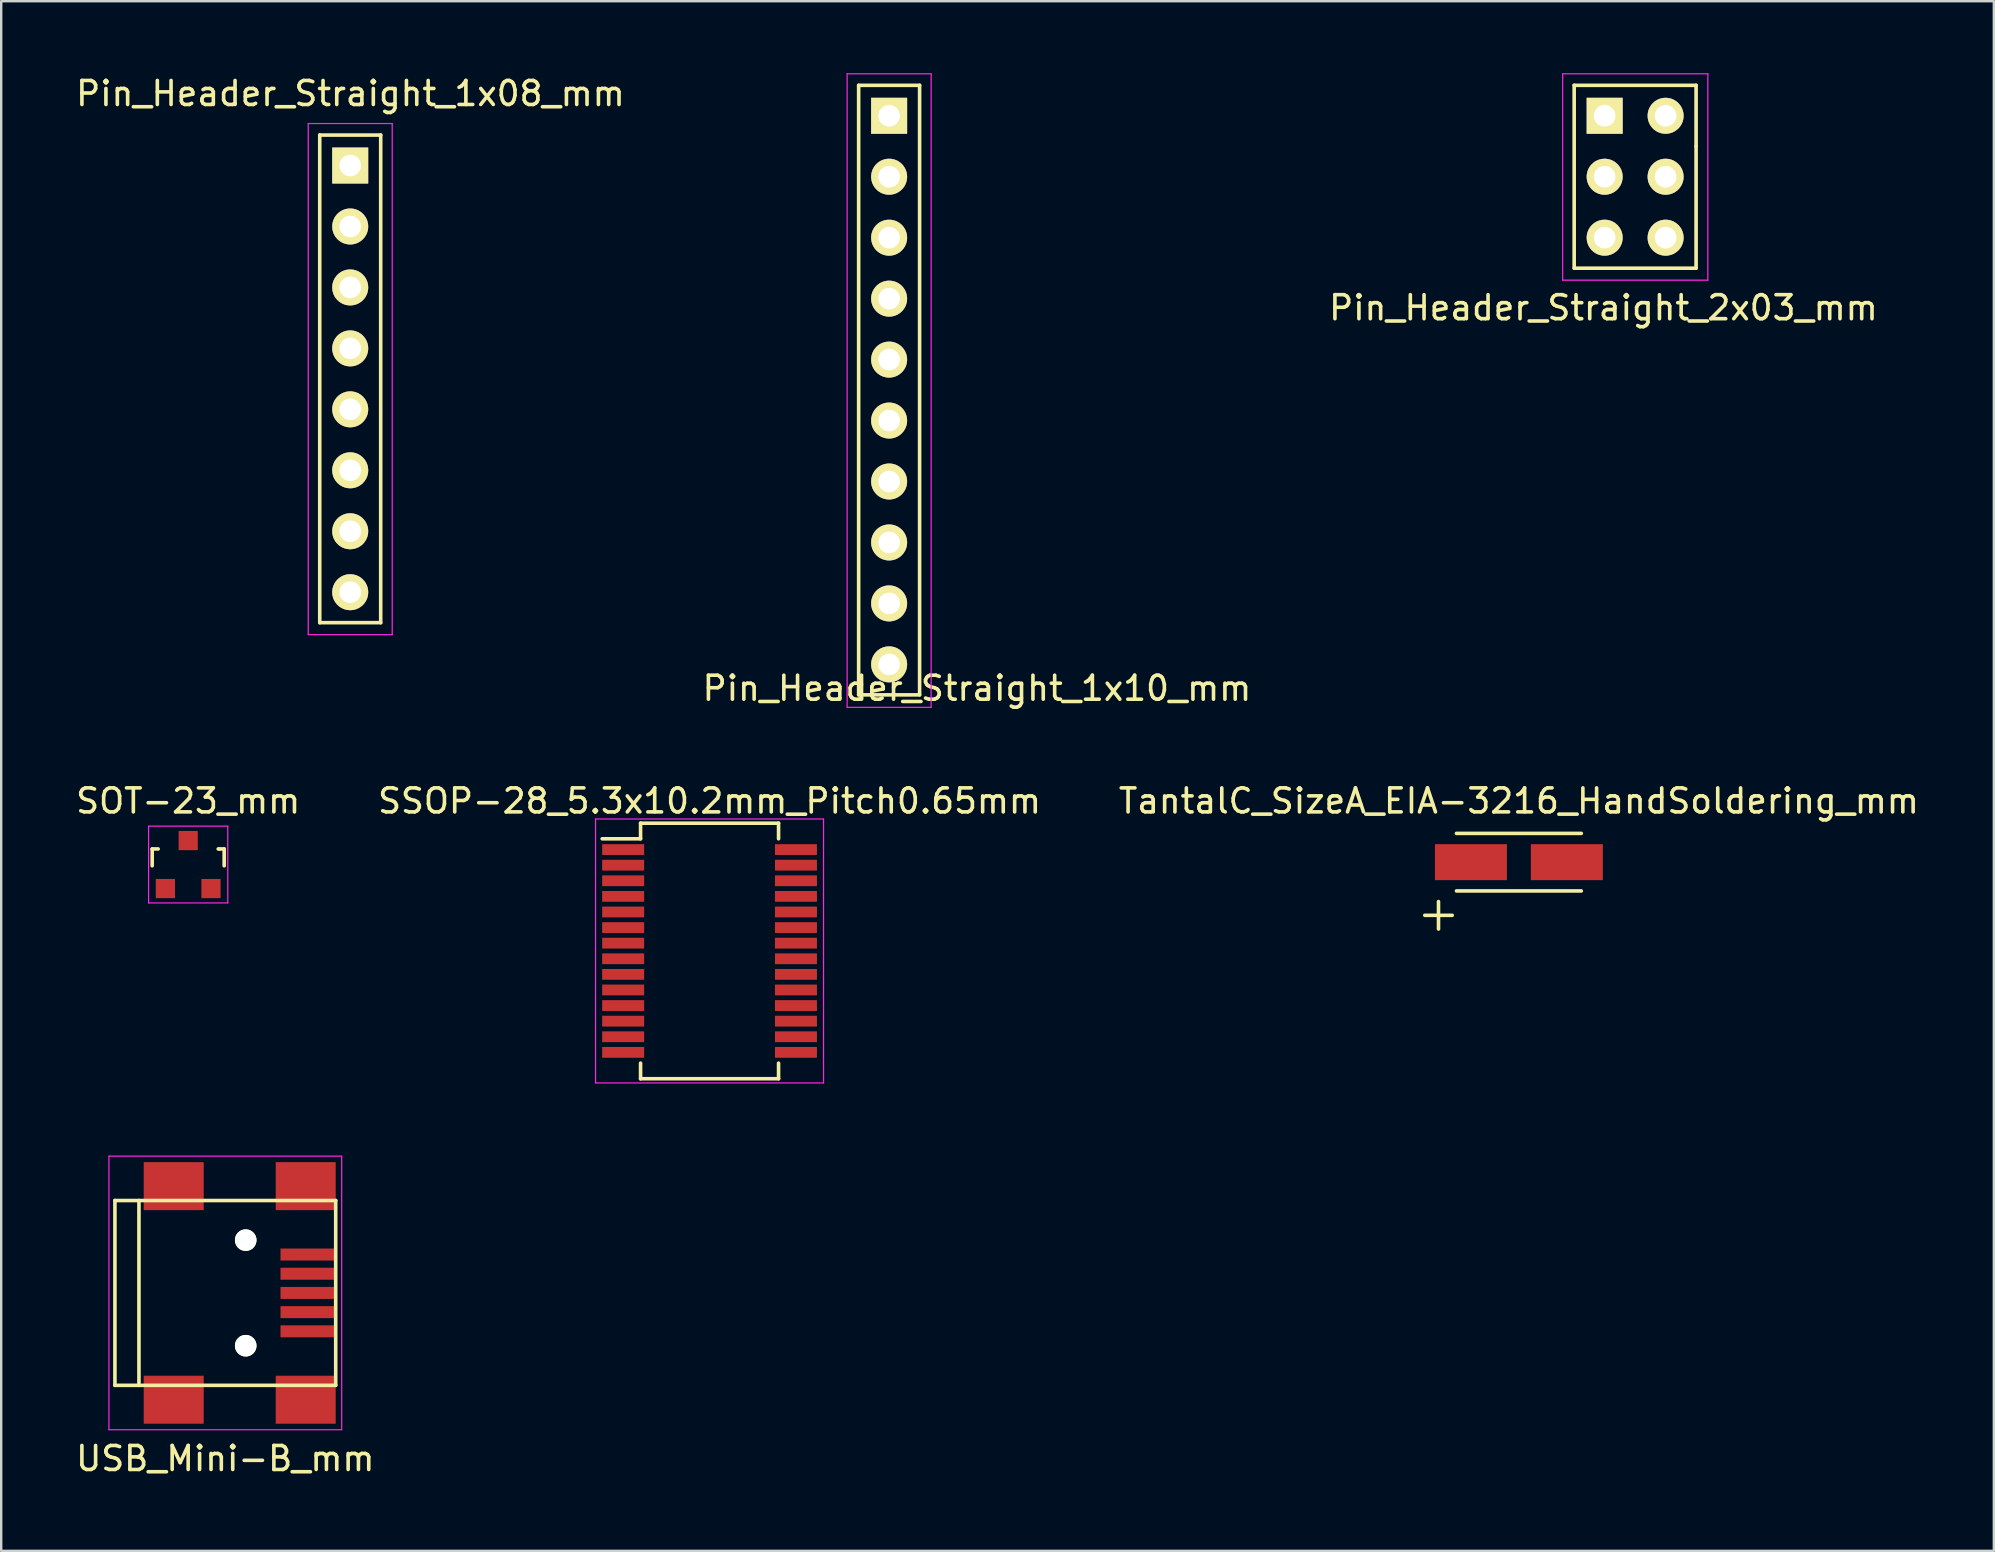
<source format=kicad_pcb>
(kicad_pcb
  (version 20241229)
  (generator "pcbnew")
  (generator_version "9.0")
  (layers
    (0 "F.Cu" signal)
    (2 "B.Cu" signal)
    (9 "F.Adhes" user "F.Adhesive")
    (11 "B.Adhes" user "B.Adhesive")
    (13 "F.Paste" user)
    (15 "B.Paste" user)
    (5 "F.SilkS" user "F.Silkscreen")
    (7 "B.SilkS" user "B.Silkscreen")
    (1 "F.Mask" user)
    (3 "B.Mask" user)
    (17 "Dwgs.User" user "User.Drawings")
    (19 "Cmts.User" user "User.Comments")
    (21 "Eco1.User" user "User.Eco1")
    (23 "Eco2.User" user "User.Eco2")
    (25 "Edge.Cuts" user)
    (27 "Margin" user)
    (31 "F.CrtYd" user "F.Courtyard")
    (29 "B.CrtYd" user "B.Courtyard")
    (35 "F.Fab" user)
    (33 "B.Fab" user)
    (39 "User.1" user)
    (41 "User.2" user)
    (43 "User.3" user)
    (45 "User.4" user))
  (footprint "USB_Mini-B_mm"
    (layer "F.Cu")
    (at 6.339 50.828)
    (property "Reference" "USB_Mini-B_mm" (at 0 6.901 0) (layer "F.SilkS") (effects (font (size 1 1) (thickness 0.15))))
    (attr smd)
    (fp_line (start -4.6 -3.851) (end -4.6 3.851) (stroke (width 0.15) (type solid)) (layer "F.SilkS"))
    (fp_line (start -4.6 3.851) (end 4.6 3.851) (stroke (width 0.15) (type solid)) (layer "F.SilkS"))
    (fp_line (start -3.599 -3.851) (end -3.599 3.851) (stroke (width 0.15) (type solid)) (layer "F.SilkS"))
    (fp_line (start 4.6 -3.851) (end -4.6 -3.851) (stroke (width 0.15) (type solid)) (layer "F.SilkS"))
    (fp_line (start 4.6 3.851) (end 4.6 -3.851) (stroke (width 0.15) (type solid)) (layer "F.SilkS"))
    (fp_line (start -4.85 -5.7) (end 4.85 -5.7) (stroke (width 0.05) (type solid)) (layer "F.CrtYd"))
    (fp_line (start -4.85 5.7) (end -4.85 -5.7) (stroke (width 0.05) (type solid)) (layer "F.CrtYd"))
    (fp_line (start 4.85 -5.7) (end 4.85 5.7) (stroke (width 0.05) (type solid)) (layer "F.CrtYd"))
    (fp_line (start 4.85 5.7) (end -4.85 5.7) (stroke (width 0.05) (type solid)) (layer "F.CrtYd"))
    (pad "" np_thru_hole circle (at 0.85 -2.2) (size 0.9 0.9) (drill 0.9) (layers "*.Cu" "*.Mask" "F.SilkS"))
    (pad "" np_thru_hole circle (at 0.85 2.2) (size 0.9 0.9) (drill 0.9) (layers "*.Cu" "*.Mask" "F.SilkS"))
    (pad "1" smd rect (at 3.45 -1.6) (size 2.3 0.5) (layers "F.Cu" "F.Mask" "F.Paste"))
    (pad "2" smd rect (at 3.45 -0.8) (size 2.3 0.5) (layers "F.Cu" "F.Mask" "F.Paste"))
    (pad "3" smd rect (at 3.45 0) (size 2.3 0.5) (layers "F.Cu" "F.Mask" "F.Paste"))
    (pad "4" smd rect (at 3.45 0.8) (size 2.3 0.5) (layers "F.Cu" "F.Mask" "F.Paste"))
    (pad "5" smd rect (at 3.45 1.6) (size 2.3 0.5) (layers "F.Cu" "F.Mask" "F.Paste"))
    (pad "6" smd rect (at -2.15 -4.45) (size 2.5 2) (layers "F.Cu" "F.Mask" "F.Paste"))
    (pad "6" smd rect (at -2.15 4.45) (size 2.5 2) (layers "F.Cu" "F.Mask" "F.Paste"))
    (pad "6" smd rect (at 3.35 -4.45) (size 2.5 2) (layers "F.Cu" "F.Mask" "F.Paste"))
    (pad "6" smd rect (at 3.35 4.45) (size 2.5 2) (layers "F.Cu" "F.Mask" "F.Paste")))
  (footprint "TantalC_SizeA_EIA-3216_HandSoldering_mm"
    (layer "F.Cu")
    (at 60.244 32.877)
    (property "Reference" "TantalC_SizeA_EIA-3216_HandSoldering_mm" (at 0 -2.55 0) (layer "F.SilkS") (effects (font (size 1 1) (thickness 0.15))))
    (attr smd)
    (fp_line (start -2.601 1.199) (end 2.601 1.199) (stroke (width 0.15) (type solid)) (layer "F.SilkS"))
    (fp_line (start 2.601 -1.199) (end -2.601 -1.199) (stroke (width 0.15) (type solid)) (layer "F.SilkS"))
    (fp_text user "+" (at -3.35 2.1 0) (layer "F.SilkS") (effects (font (size 1.5 1.5) (thickness 0.15))))
    (pad "1" smd rect (at -1.999 0) (size 3 1.5) (layers "F.Cu" "F.Mask" "F.Paste"))
    (pad "2" smd rect (at 1.999 0) (size 3 1.5) (layers "F.Cu" "F.Mask" "F.Paste")))
  (footprint "Pin_Header_Straight_1x10_mm"
    (layer "F.Cu")
    (at 34.001 1.775)
    (property "Reference" "Pin_Header_Straight_1x10_mm" (at 3.66 23.856 0) (layer "F.SilkS") (effects (font (size 1 1) (thickness 0.15))))
    (attr through_hole)
    (fp_line (start -1.27 24.13) (end -1.27 -1.27) (stroke (width 0.15) (type solid)) (layer "F.SilkS"))
    (fp_line (start 1.27 -1.27) (end -1.27 -1.27) (stroke (width 0.15) (type solid)) (layer "F.SilkS"))
    (fp_line (start 1.27 -1.27) (end 1.27 24.13) (stroke (width 0.15) (type solid)) (layer "F.SilkS"))
    (fp_line (start 1.27 24.13) (end -1.27 24.13) (stroke (width 0.15) (type solid)) (layer "F.SilkS"))
    (fp_line (start -1.75 -1.75) (end -1.75 24.65) (stroke (width 0.05) (type solid)) (layer "F.CrtYd"))
    (fp_line (start -1.75 -1.75) (end 1.75 -1.75) (stroke (width 0.05) (type solid)) (layer "F.CrtYd"))
    (fp_line (start -1.75 24.65) (end 1.75 24.65) (stroke (width 0.05) (type solid)) (layer "F.CrtYd"))
    (fp_line (start 1.75 -1.75) (end 1.75 24.65) (stroke (width 0.05) (type solid)) (layer "F.CrtYd"))
    (pad "1" thru_hole rect (at 0 0) (size 1.5 1.5) (drill 0.9) (layers "*.Cu" "*.Mask" "F.SilkS"))
    (pad "2" thru_hole circle (at 0 2.54) (size 1.5 1.5) (drill 0.9) (layers "*.Cu" "*.Mask" "F.SilkS"))
    (pad "3" thru_hole circle (at 0 5.08) (size 1.5 1.5) (drill 0.9) (layers "*.Cu" "*.Mask" "F.SilkS"))
    (pad "4" thru_hole circle (at 0 7.62) (size 1.5 1.5) (drill 0.9) (layers "*.Cu" "*.Mask" "F.SilkS"))
    (pad "5" thru_hole circle (at 0 10.16) (size 1.5 1.5) (drill 0.9) (layers "*.Cu" "*.Mask" "F.SilkS"))
    (pad "6" thru_hole circle (at 0 12.7) (size 1.5 1.5) (drill 0.9) (layers "*.Cu" "*.Mask" "F.SilkS"))
    (pad "7" thru_hole circle (at 0 15.24) (size 1.5 1.5) (drill 0.9) (layers "*.Cu" "*.Mask" "F.SilkS"))
    (pad "8" thru_hole circle (at 0 17.78) (size 1.5 1.5) (drill 0.9) (layers "*.Cu" "*.Mask" "F.SilkS"))
    (pad "9" thru_hole circle (at 0 20.32) (size 1.5 1.5) (drill 0.9) (layers "*.Cu" "*.Mask" "F.SilkS"))
    (pad "10" thru_hole circle (at 0 22.86) (size 1.5 1.5) (drill 0.9) (layers "*.Cu" "*.Mask" "F.SilkS")))
  (footprint "SSOP-28_5.3x10.2mm_Pitch0.65mm"
    (layer "F.Cu")
    (at 26.518 36.578)
    (property "Reference" "SSOP-28_5.3x10.2mm_Pitch0.65mm" (at 0 -6.25 0) (layer "F.SilkS") (effects (font (size 1 1) (thickness 0.15))))
    (attr smd)
    (fp_line (start -2.875 -5.325) (end -2.875 -4.675) (stroke (width 0.15) (type solid)) (layer "F.SilkS"))
    (fp_line (start -2.875 -5.325) (end 2.875 -5.325) (stroke (width 0.15) (type solid)) (layer "F.SilkS"))
    (fp_line (start -2.875 -4.675) (end -4.475 -4.675) (stroke (width 0.15) (type solid)) (layer "F.SilkS"))
    (fp_line (start -2.875 5.325) (end -2.875 4.675) (stroke (width 0.15) (type solid)) (layer "F.SilkS"))
    (fp_line (start -2.875 5.325) (end 2.875 5.325) (stroke (width 0.15) (type solid)) (layer "F.SilkS"))
    (fp_line (start 2.875 -5.325) (end 2.875 -4.675) (stroke (width 0.15) (type solid)) (layer "F.SilkS"))
    (fp_line (start 2.875 5.325) (end 2.875 4.675) (stroke (width 0.15) (type solid)) (layer "F.SilkS"))
    (fp_line (start -4.75 -5.5) (end -4.75 5.5) (stroke (width 0.05) (type solid)) (layer "F.CrtYd"))
    (fp_line (start -4.75 -5.5) (end 4.75 -5.5) (stroke (width 0.05) (type solid)) (layer "F.CrtYd"))
    (fp_line (start -4.75 5.5) (end 4.75 5.5) (stroke (width 0.05) (type solid)) (layer "F.CrtYd"))
    (fp_line (start 4.75 -5.5) (end 4.75 5.5) (stroke (width 0.05) (type solid)) (layer "F.CrtYd"))
    (pad "1" smd rect (at -3.6 -4.225) (size 1.75 0.45) (layers "F.Cu" "F.Mask" "F.Paste"))
    (pad "2" smd rect (at -3.6 -3.575) (size 1.75 0.45) (layers "F.Cu" "F.Mask" "F.Paste"))
    (pad "3" smd rect (at -3.6 -2.925) (size 1.75 0.45) (layers "F.Cu" "F.Mask" "F.Paste"))
    (pad "4" smd rect (at -3.6 -2.275) (size 1.75 0.45) (layers "F.Cu" "F.Mask" "F.Paste"))
    (pad "5" smd rect (at -3.6 -1.625) (size 1.75 0.45) (layers "F.Cu" "F.Mask" "F.Paste"))
    (pad "6" smd rect (at -3.6 -0.975) (size 1.75 0.45) (layers "F.Cu" "F.Mask" "F.Paste"))
    (pad "7" smd rect (at -3.6 -0.325) (size 1.75 0.45) (layers "F.Cu" "F.Mask" "F.Paste"))
    (pad "8" smd rect (at -3.6 0.325) (size 1.75 0.45) (layers "F.Cu" "F.Mask" "F.Paste"))
    (pad "9" smd rect (at -3.6 0.975) (size 1.75 0.45) (layers "F.Cu" "F.Mask" "F.Paste"))
    (pad "10" smd rect (at -3.6 1.625) (size 1.75 0.45) (layers "F.Cu" "F.Mask" "F.Paste"))
    (pad "11" smd rect (at -3.6 2.275) (size 1.75 0.45) (layers "F.Cu" "F.Mask" "F.Paste"))
    (pad "12" smd rect (at -3.6 2.925) (size 1.75 0.45) (layers "F.Cu" "F.Mask" "F.Paste"))
    (pad "13" smd rect (at -3.6 3.575) (size 1.75 0.45) (layers "F.Cu" "F.Mask" "F.Paste"))
    (pad "14" smd rect (at -3.6 4.225) (size 1.75 0.45) (layers "F.Cu" "F.Mask" "F.Paste"))
    (pad "15" smd rect (at 3.6 4.225) (size 1.75 0.45) (layers "F.Cu" "F.Mask" "F.Paste"))
    (pad "16" smd rect (at 3.6 3.575) (size 1.75 0.45) (layers "F.Cu" "F.Mask" "F.Paste"))
    (pad "17" smd rect (at 3.6 2.925) (size 1.75 0.45) (layers "F.Cu" "F.Mask" "F.Paste"))
    (pad "18" smd rect (at 3.6 2.275) (size 1.75 0.45) (layers "F.Cu" "F.Mask" "F.Paste"))
    (pad "19" smd rect (at 3.6 1.625) (size 1.75 0.45) (layers "F.Cu" "F.Mask" "F.Paste"))
    (pad "20" smd rect (at 3.6 0.975) (size 1.75 0.45) (layers "F.Cu" "F.Mask" "F.Paste"))
    (pad "21" smd rect (at 3.6 0.325) (size 1.75 0.45) (layers "F.Cu" "F.Mask" "F.Paste"))
    (pad "22" smd rect (at 3.6 -0.325) (size 1.75 0.45) (layers "F.Cu" "F.Mask" "F.Paste"))
    (pad "23" smd rect (at 3.6 -0.975) (size 1.75 0.45) (layers "F.Cu" "F.Mask" "F.Paste"))
    (pad "24" smd rect (at 3.6 -1.625) (size 1.75 0.45) (layers "F.Cu" "F.Mask" "F.Paste"))
    (pad "25" smd rect (at 3.6 -2.275) (size 1.75 0.45) (layers "F.Cu" "F.Mask" "F.Paste"))
    (pad "26" smd rect (at 3.6 -2.925) (size 1.75 0.45) (layers "F.Cu" "F.Mask" "F.Paste"))
    (pad "27" smd rect (at 3.6 -3.575) (size 1.75 0.45) (layers "F.Cu" "F.Mask" "F.Paste"))
    (pad "28" smd rect (at 3.6 -4.225) (size 1.75 0.45) (layers "F.Cu" "F.Mask" "F.Paste")))
  (footprint "SOT-23_mm"
    (layer "F.Cu")
    (at 4.792 32.977)
    (property "Reference" "SOT-23_mm" (at 0 -2.65 0) (layer "F.SilkS") (effects (font (size 1 1) (thickness 0.15))))
    (attr smd)
    (fp_line (start -1.5 -0.65) (end -1.251 -0.65) (stroke (width 0.15) (type solid)) (layer "F.SilkS"))
    (fp_line (start -1.5 0.051) (end -1.5 -0.65) (stroke (width 0.15) (type solid)) (layer "F.SilkS"))
    (fp_line (start 1.299 -0.65) (end 1.251 -0.65) (stroke (width 0.15) (type solid)) (layer "F.SilkS"))
    (fp_line (start 1.299 -0.65) (end 1.5 -0.65) (stroke (width 0.15) (type solid)) (layer "F.SilkS"))
    (fp_line (start 1.5 -0.65) (end 1.5 0.051) (stroke (width 0.15) (type solid)) (layer "F.SilkS"))
    (fp_line (start -1.65 -1.6) (end 1.65 -1.6) (stroke (width 0.05) (type solid)) (layer "F.CrtYd"))
    (fp_line (start -1.65 1.6) (end -1.65 -1.6) (stroke (width 0.05) (type solid)) (layer "F.CrtYd"))
    (fp_line (start 1.65 -1.6) (end 1.65 1.6) (stroke (width 0.05) (type solid)) (layer "F.CrtYd"))
    (fp_line (start 1.65 1.6) (end -1.65 1.6) (stroke (width 0.05) (type solid)) (layer "F.CrtYd"))
    (pad "1" smd rect (at -0.95 1) (size 0.8 0.8) (layers "F.Cu" "F.Mask" "F.Paste"))
    (pad "2" smd rect (at 0.95 1) (size 0.8 0.8) (layers "F.Cu" "F.Mask" "F.Paste"))
    (pad "3" smd rect (at 0 -1) (size 0.8 0.8) (layers "F.Cu" "F.Mask" "F.Paste")))
  (footprint "Pin_Header_Straight_2x03_mm"
    (layer "F.Cu")
    (at 63.818 1.775)
    (property "Reference" "Pin_Header_Straight_2x03_mm" (at -0.05 8 0) (layer "F.SilkS") (effects (font (size 1 1) (thickness 0.15))))
    (attr through_hole)
    (fp_line (start -1.27 -1.27) (end -1.27 6.35) (stroke (width 0.15) (type solid)) (layer "F.SilkS"))
    (fp_line (start -1.27 6.35) (end 3.81 6.35) (stroke (width 0.15) (type solid)) (layer "F.SilkS"))
    (fp_line (start 3.81 -1.27) (end -1.27 -1.27) (stroke (width 0.15) (type solid)) (layer "F.SilkS"))
    (fp_line (start 3.81 1.27) (end 3.81 -1.27) (stroke (width 0.15) (type solid)) (layer "F.SilkS"))
    (fp_line (start 3.81 6.35) (end 3.81 1.27) (stroke (width 0.15) (type solid)) (layer "F.SilkS"))
    (fp_line (start -1.75 -1.75) (end -1.75 6.85) (stroke (width 0.05) (type solid)) (layer "F.CrtYd"))
    (fp_line (start -1.75 -1.75) (end 4.3 -1.75) (stroke (width 0.05) (type solid)) (layer "F.CrtYd"))
    (fp_line (start -1.75 6.85) (end 4.3 6.85) (stroke (width 0.05) (type solid)) (layer "F.CrtYd"))
    (fp_line (start 4.3 -1.75) (end 4.3 6.85) (stroke (width 0.05) (type solid)) (layer "F.CrtYd"))
    (pad "1" thru_hole rect (at 0 0) (size 1.5 1.5) (drill 0.9) (layers "*.Cu" "*.Mask" "F.SilkS"))
    (pad "2" thru_hole circle (at 2.54 0) (size 1.5 1.5) (drill 0.9) (layers "*.Cu" "*.Mask" "F.SilkS"))
    (pad "3" thru_hole circle (at 0 2.54) (size 1.5 1.5) (drill 0.9) (layers "*.Cu" "*.Mask" "F.SilkS"))
    (pad "4" thru_hole circle (at 2.54 2.54) (size 1.5 1.5) (drill 0.9) (layers "*.Cu" "*.Mask" "F.SilkS"))
    (pad "5" thru_hole circle (at 0 5.08) (size 1.5 1.5) (drill 0.9) (layers "*.Cu" "*.Mask" "F.SilkS"))
    (pad "6" thru_hole circle (at 2.54 5.08) (size 1.5 1.5) (drill 0.9) (layers "*.Cu" "*.Mask" "F.SilkS")))
  (footprint "Pin_Header_Straight_1x08_mm"
    (layer "F.Cu")
    (at 11.544 3.848)
    (property "Reference" "Pin_Header_Straight_1x08_mm" (at 0.01 -3 0) (layer "F.SilkS") (effects (font (size 1 1) (thickness 0.15))))
    (attr through_hole)
    (fp_line (start -1.27 19.05) (end -1.27 -1.27) (stroke (width 0.15) (type solid)) (layer "F.SilkS"))
    (fp_line (start 1.27 -1.27) (end -1.27 -1.27) (stroke (width 0.15) (type solid)) (layer "F.SilkS"))
    (fp_line (start 1.27 -1.27) (end 1.27 19.05) (stroke (width 0.15) (type solid)) (layer "F.SilkS"))
    (fp_line (start 1.27 19.05) (end -1.27 19.05) (stroke (width 0.15) (type solid)) (layer "F.SilkS"))
    (fp_line (start -1.75 -1.75) (end -1.75 19.55) (stroke (width 0.05) (type solid)) (layer "F.CrtYd"))
    (fp_line (start -1.75 -1.75) (end 1.75 -1.75) (stroke (width 0.05) (type solid)) (layer "F.CrtYd"))
    (fp_line (start -1.75 19.55) (end 1.75 19.55) (stroke (width 0.05) (type solid)) (layer "F.CrtYd"))
    (fp_line (start 1.75 -1.75) (end 1.75 19.55) (stroke (width 0.05) (type solid)) (layer "F.CrtYd"))
    (pad "1" thru_hole rect (at 0 0) (size 1.5 1.5) (drill 0.9) (layers "*.Cu" "*.Mask" "F.SilkS"))
    (pad "2" thru_hole circle (at 0 2.54) (size 1.5 1.5) (drill 0.9) (layers "*.Cu" "*.Mask" "F.SilkS"))
    (pad "3" thru_hole circle (at 0 5.08) (size 1.5 1.5) (drill 0.9) (layers "*.Cu" "*.Mask" "F.SilkS"))
    (pad "4" thru_hole circle (at 0 7.62) (size 1.5 1.5) (drill 0.9) (layers "*.Cu" "*.Mask" "F.SilkS"))
    (pad "5" thru_hole circle (at 0 10.16) (size 1.5 1.5) (drill 0.9) (layers "*.Cu" "*.Mask" "F.SilkS"))
    (pad "6" thru_hole circle (at 0 12.7) (size 1.5 1.5) (drill 0.9) (layers "*.Cu" "*.Mask" "F.SilkS"))
    (pad "7" thru_hole circle (at 0 15.24) (size 1.5 1.5) (drill 0.9) (layers "*.Cu" "*.Mask" "F.SilkS"))
    (pad "8" thru_hole circle (at 0 17.78) (size 1.5 1.5) (drill 0.9) (layers "*.Cu" "*.Mask" "F.SilkS")))
  (gr_rect
    (start -3 -3)
    (end 80.036 61.577)
    (stroke (width 0.1) (type default))
    (fill no)
    (layer "Edge.Cuts")))
</source>
